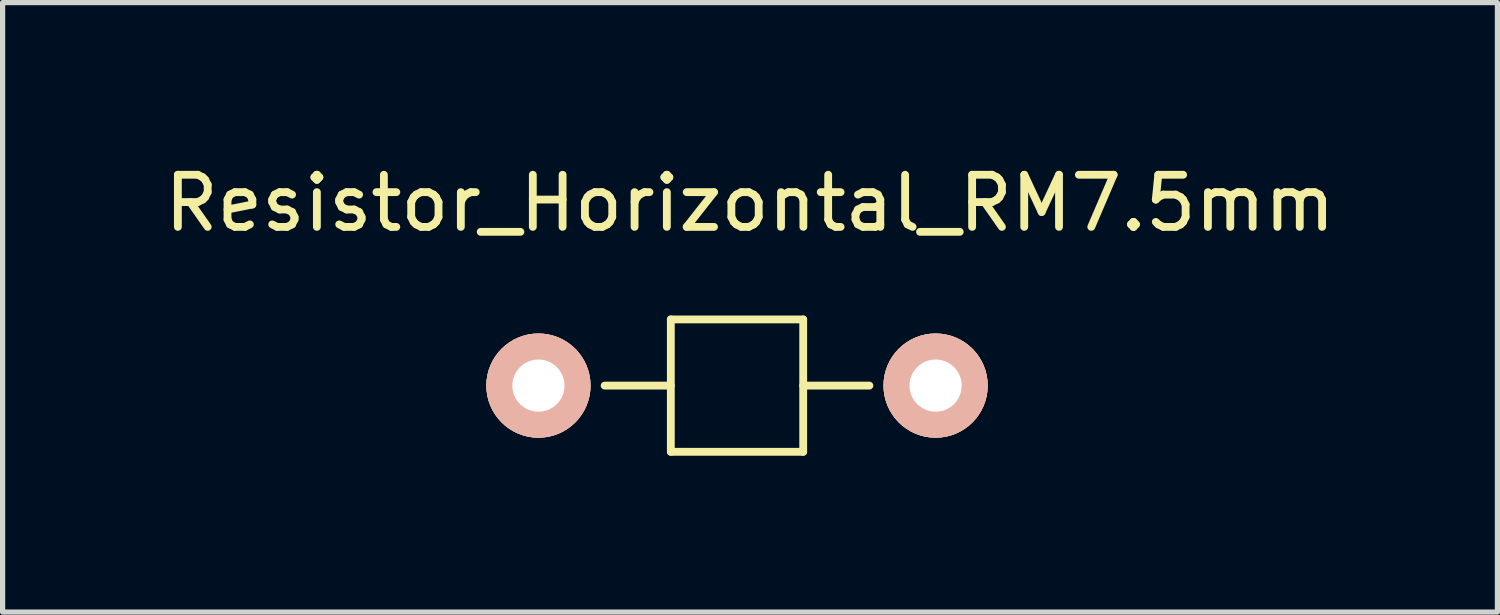
<source format=kicad_pcb>
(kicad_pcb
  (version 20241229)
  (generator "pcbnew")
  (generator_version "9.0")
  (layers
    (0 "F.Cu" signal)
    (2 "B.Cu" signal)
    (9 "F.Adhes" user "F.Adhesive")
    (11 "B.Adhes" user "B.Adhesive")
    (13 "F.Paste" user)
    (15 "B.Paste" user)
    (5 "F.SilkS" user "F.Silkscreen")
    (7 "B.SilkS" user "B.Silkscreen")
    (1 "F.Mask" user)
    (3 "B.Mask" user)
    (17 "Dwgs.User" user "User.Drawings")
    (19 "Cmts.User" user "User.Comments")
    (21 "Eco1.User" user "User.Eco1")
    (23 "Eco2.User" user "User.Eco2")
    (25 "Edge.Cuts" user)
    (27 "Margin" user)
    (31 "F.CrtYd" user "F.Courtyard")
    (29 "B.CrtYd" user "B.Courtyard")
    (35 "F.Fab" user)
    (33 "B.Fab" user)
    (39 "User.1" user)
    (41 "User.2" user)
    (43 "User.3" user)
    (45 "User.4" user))
  (footprint "Resistor_Horizontal_RM7.5mm"
    (layer "F.Cu")
    (at 11.09 4.348)
    (property "Reference" "Resistor_Horizontal_RM7.5mm" (at 0.249 -3.5 0) (layer "F.SilkS") (effects (font (size 1 1) (thickness 0.15))))
    (attr through_hole)
    (fp_line (start -1.27 -1.27) (end 1.27 -1.27) (stroke (width 0.15) (type solid)) (layer "F.SilkS"))
    (fp_line (start -1.27 0) (end -2.54 0) (stroke (width 0.15) (type solid)) (layer "F.SilkS"))
    (fp_line (start -1.27 1.27) (end -1.27 -1.27) (stroke (width 0.15) (type solid)) (layer "F.SilkS"))
    (fp_line (start 1.27 -1.27) (end 1.27 1.27) (stroke (width 0.15) (type solid)) (layer "F.SilkS"))
    (fp_line (start 1.27 0) (end 2.54 0) (stroke (width 0.15) (type solid)) (layer "F.SilkS"))
    (fp_line (start 1.27 1.27) (end -1.27 1.27) (stroke (width 0.15) (type solid)) (layer "F.SilkS"))
    (pad "1" thru_hole circle (at -3.81 0) (size 1.999 1.999) (drill 1.001) (layers "*.Cu" "*.SilkS" "*.Mask"))
    (pad "2" thru_hole circle (at 3.81 0) (size 1.999 1.999) (drill 1.001) (layers "*.Cu" "*.SilkS" "*.Mask")))
  (gr_rect
    (start -3 -3)
    (end 25.679 8.693)
    (stroke (width 0.1) (type default))
    (fill no)
    (layer "Edge.Cuts")))
</source>
